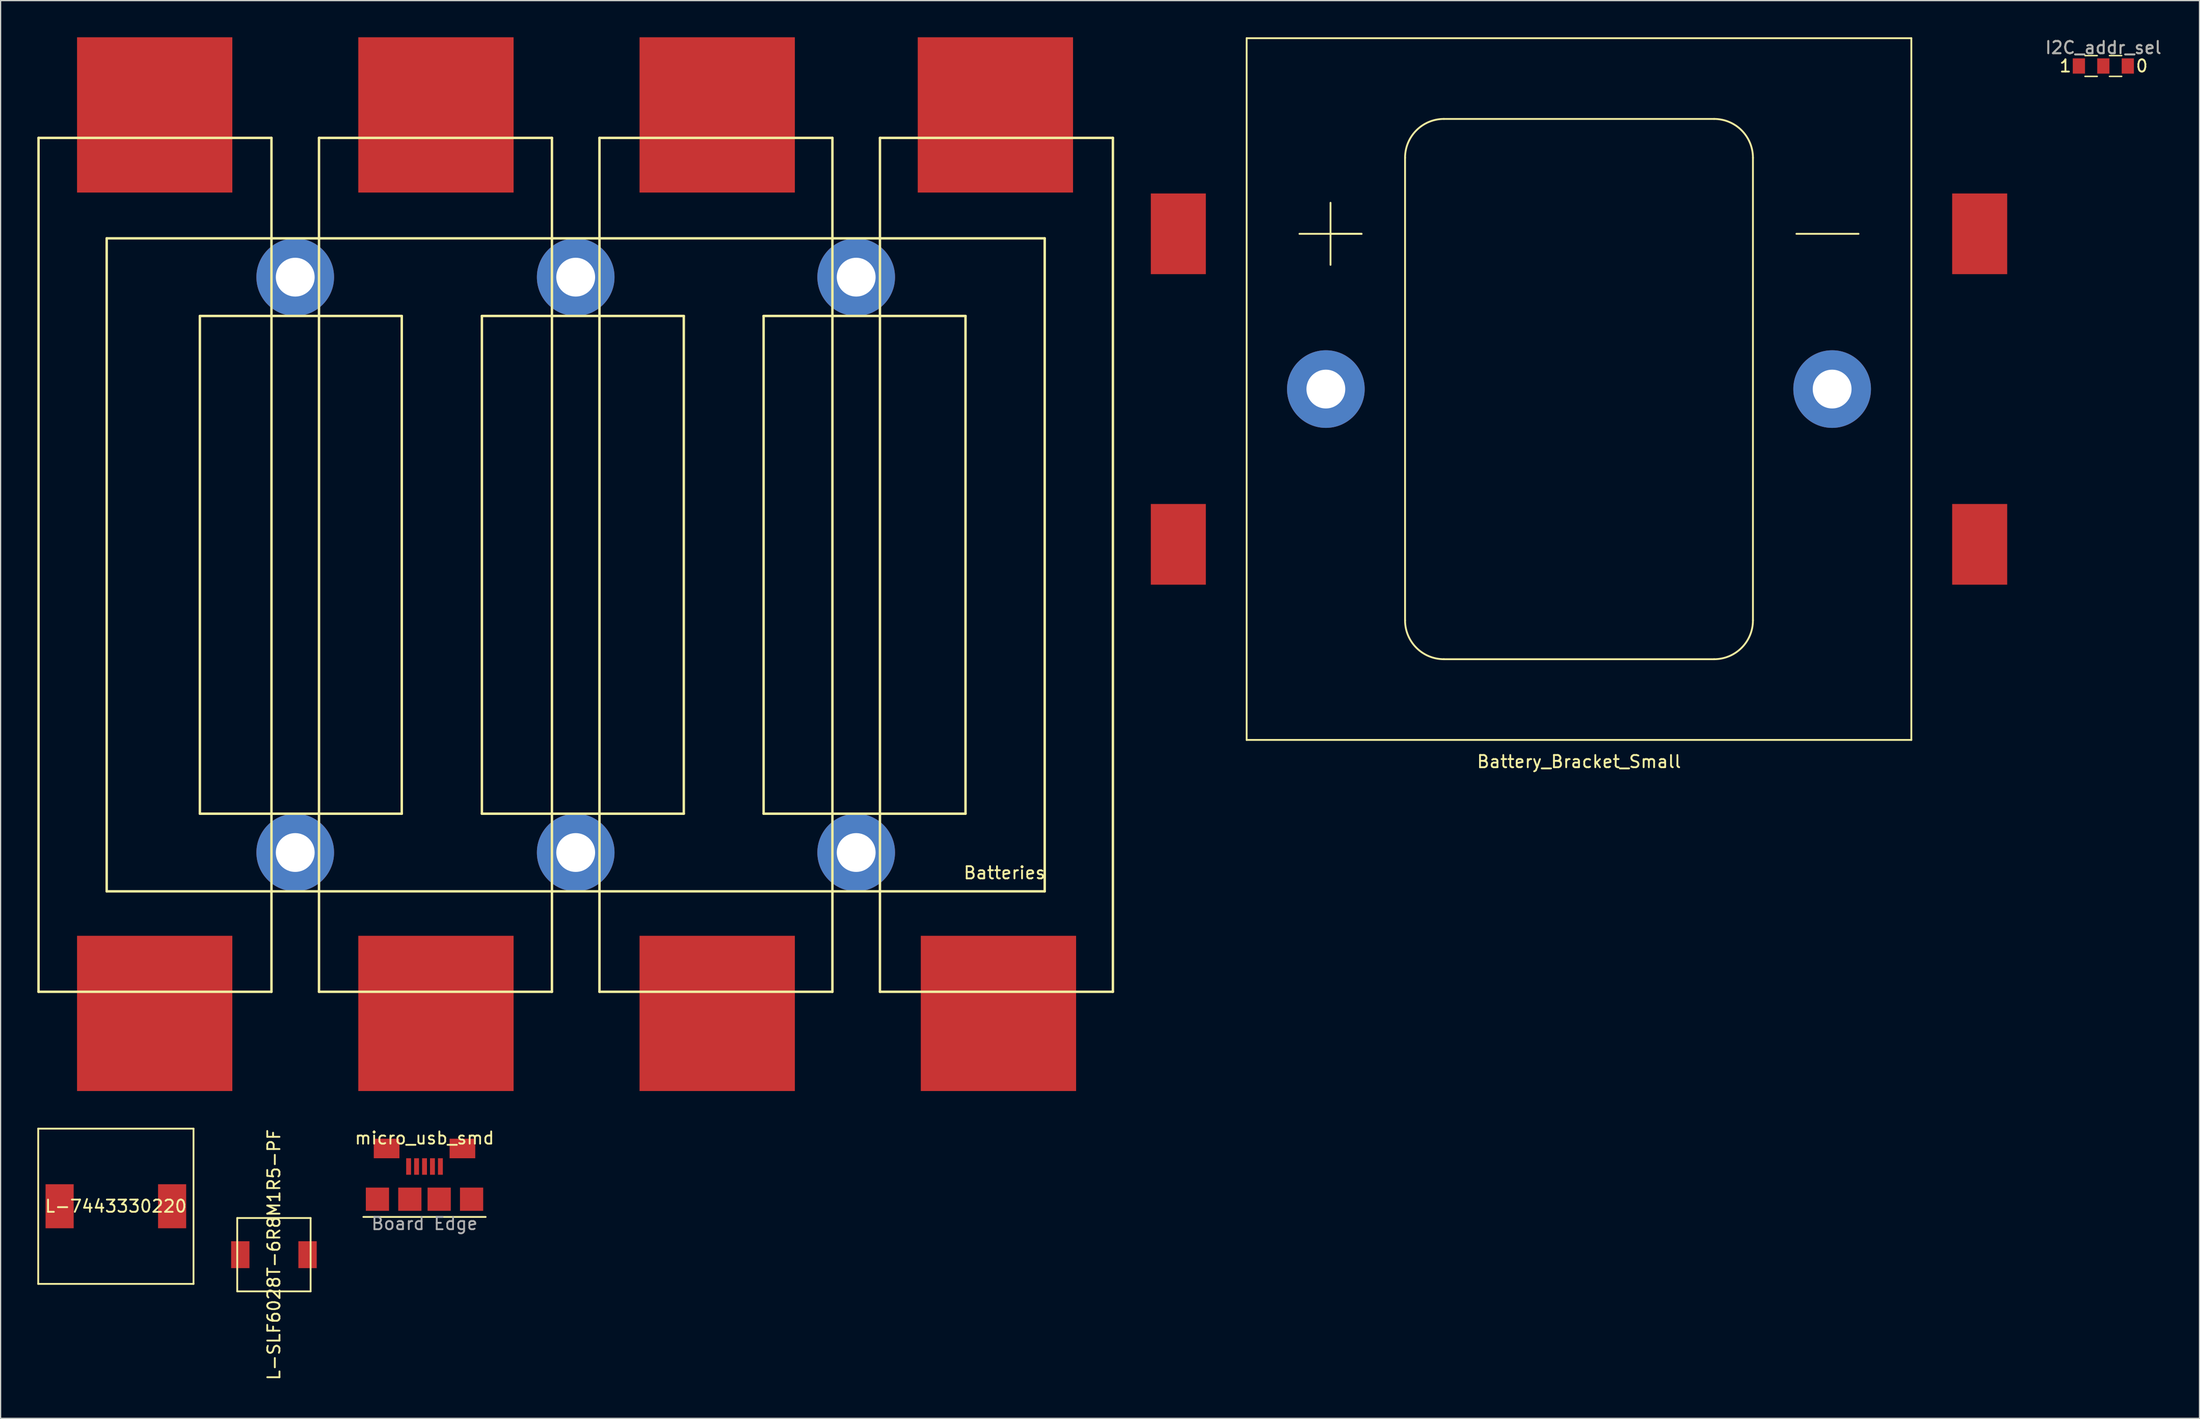
<source format=kicad_pcb>
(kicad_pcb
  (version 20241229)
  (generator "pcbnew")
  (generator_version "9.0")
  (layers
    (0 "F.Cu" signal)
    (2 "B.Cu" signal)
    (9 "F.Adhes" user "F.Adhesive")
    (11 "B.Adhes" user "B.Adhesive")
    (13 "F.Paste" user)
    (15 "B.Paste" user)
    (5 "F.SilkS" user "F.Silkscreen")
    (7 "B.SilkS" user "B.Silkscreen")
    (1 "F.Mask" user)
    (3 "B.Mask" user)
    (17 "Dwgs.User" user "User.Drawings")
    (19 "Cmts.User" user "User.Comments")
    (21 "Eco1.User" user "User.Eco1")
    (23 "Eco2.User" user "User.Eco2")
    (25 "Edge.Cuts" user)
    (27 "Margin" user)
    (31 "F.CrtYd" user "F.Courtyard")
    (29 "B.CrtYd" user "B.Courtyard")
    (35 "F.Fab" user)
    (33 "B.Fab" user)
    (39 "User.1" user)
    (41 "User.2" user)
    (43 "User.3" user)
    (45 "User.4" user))
  (footprint "I2C_addr_sel"
    (layer "F.Cu")
    (at 168.954 2.348)
    (property "Reference" "I2C_addr_sel" (at 0 -1.5 0) (layer "F.SilkS") (effects (font (size 1 1) (thickness 0.15))))
    (attr smd)
    (fp_line (start -1.5 0.85) (end -0.5 0.85) (stroke (width 0.12) (type solid)) (layer "F.SilkS"))
    (fp_line (start -0.5 -0.85) (end -1.5 -0.85) (stroke (width 0.12) (type solid)) (layer "F.SilkS"))
    (fp_line (start 1.5 -0.85) (end 0.5 -0.85) (stroke (width 0.12) (type solid)) (layer "F.SilkS"))
    (fp_line (start 1.5 0.85) (end 0.5 0.85) (stroke (width 0.12) (type solid)) (layer "F.SilkS"))
    (fp_text user "0" (at 3.15 0 0) (layer "F.SilkS") (effects (font (size 1 1) (thickness 0.15))))
    (fp_text user "1" (at -3.1 0 0) (layer "F.SilkS") (effects (font (size 1 1) (thickness 0.15))))
    (fp_text user "${REFERENCE}" (at 0 -1.5 0) (layer "F.Fab") (effects (font (size 1 1) (thickness 0.15))))
    (pad "1" smd rect (at -2 0) (size 1 1.25) (layers "F.Cu" "F.Mask" "F.Paste"))
    (pad "2" smd rect (at 0 0) (size 1 1.25) (layers "F.Cu" "F.Mask" "F.Paste"))
    (pad "3" smd rect (at 2 0) (size 1 1.25) (layers "F.Cu" "F.Mask" "F.Paste")))
  (footprint "micro_usb_smd"
    (layer "F.Cu")
    (at 31.665 95.048)
    (property "Reference" "micro_usb_smd" (at 0 -5 0) (layer "F.SilkS") (effects (font (size 1 1) (thickness 0.15))))
    (attr through_hole)
    (fp_line (start -5 1.45) (end 5 1.45) (stroke (width 0.15) (type solid)) (layer "F.SilkS"))
    (fp_text user "Board Edge" (at 0 2 0) (layer "F.Fab") (effects (font (size 1 1) (thickness 0.15))))
    (pad "1" smd rect (at -1.3 -2.675) (size 0.4 1.35) (layers "F.Cu" "F.Mask" "F.Paste"))
    (pad "2" smd rect (at -0.65 -2.675) (size 0.4 1.35) (layers "F.Cu" "F.Mask" "F.Paste"))
    (pad "3" smd rect (at 0 -2.675) (size 0.4 1.35) (layers "F.Cu" "F.Mask" "F.Paste"))
    (pad "4" smd rect (at 0.65 -2.675) (size 0.4 1.35) (layers "F.Cu" "F.Mask" "F.Paste"))
    (pad "5" smd rect (at 1.3 -2.675) (size 0.4 1.35) (layers "F.Cu" "F.Mask" "F.Paste"))
    (pad "6" smd rect (at -3.85 0) (size 1.9 1.9) (layers "F.Cu" "F.Mask" "F.Paste"))
    (pad "6" smd rect (at -3.1 -4.15) (size 2.1 1.6) (layers "F.Cu" "F.Mask" "F.Paste"))
    (pad "6" smd rect (at -1.2 0) (size 1.9 1.9) (layers "F.Cu" "F.Mask" "F.Paste"))
    (pad "6" smd rect (at 1.2 0) (size 1.9 1.9) (layers "F.Cu" "F.Mask" "F.Paste"))
    (pad "6" smd rect (at 3.1 -4.15) (size 2.1 1.6) (layers "F.Cu" "F.Mask" "F.Paste"))
    (pad "6" smd rect (at 3.85 0) (size 1.9 1.9) (layers "F.Cu" "F.Mask" "F.Paste")))
  (footprint "Battery_Bracket_Small"
    (layer "F.Cu")
    (at 126.075 28.777)
    (property "Reference" "Battery_Bracket_Small" (at 0 30.48 0) (layer "F.SilkS") (effects (font (size 1 1) (thickness 0.15))))
    (attr through_hole)
    (fp_line (start -27.178 -28.702) (end 27.178 -28.702) (stroke (width 0.15) (type solid)) (layer "F.SilkS"))
    (fp_line (start -27.178 28.702) (end -27.178 -28.702) (stroke (width 0.15) (type solid)) (layer "F.SilkS"))
    (fp_line (start -22.86 -12.7) (end -17.78 -12.7) (stroke (width 0.15) (type solid)) (layer "F.SilkS"))
    (fp_line (start -20.32 -15.24) (end -20.32 -10.16) (stroke (width 0.15) (type solid)) (layer "F.SilkS"))
    (fp_line (start -17.78 -12.7) (end -20.32 -12.7) (stroke (width 0.15) (type solid)) (layer "F.SilkS"))
    (fp_line (start -14.224 18.923) (end -14.224 -18.923) (stroke (width 0.15) (type solid)) (layer "F.SilkS"))
    (fp_line (start -11.049 -22.098) (end 11.049 -22.098) (stroke (width 0.15) (type solid)) (layer "F.SilkS"))
    (fp_line (start 11.049 22.098) (end -11.049 22.098) (stroke (width 0.15) (type solid)) (layer "F.SilkS"))
    (fp_line (start 14.224 -18.923) (end 14.224 18.923) (stroke (width 0.15) (type solid)) (layer "F.SilkS"))
    (fp_line (start 17.78 -12.7) (end 22.86 -12.7) (stroke (width 0.15) (type solid)) (layer "F.SilkS"))
    (fp_line (start 27.178 -28.702) (end 27.178 28.702) (stroke (width 0.15) (type solid)) (layer "F.SilkS"))
    (fp_line (start 27.178 28.702) (end -27.178 28.702) (stroke (width 0.15) (type solid)) (layer "F.SilkS"))
    (fp_arc (start -14.224 -18.923) (mid -13.294064 -21.168064) (end -11.049 -22.098) (stroke (width 0.15) (type solid)) (layer "F.SilkS"))
    (fp_arc (start -11.049 22.098) (mid -13.294064 21.168064) (end -14.224 18.923) (stroke (width 0.15) (type solid)) (layer "F.SilkS"))
    (fp_arc (start 11.049 -22.098) (mid 13.294064 -21.168064) (end 14.224 -18.923) (stroke (width 0.15) (type solid)) (layer "F.SilkS"))
    (fp_arc (start 14.224 18.923) (mid 13.294064 21.168064) (end 11.049 22.098) (stroke (width 0.15) (type solid)) (layer "F.SilkS"))
    (pad "" np_thru_hole circle (at -20.701 0) (size 6.35 6.35) (drill 3.175) (layers "*.Cu" "*.Mask"))
    (pad "" np_thru_hole circle (at 20.701 0) (size 6.35 6.35) (drill 3.175) (layers "*.Cu" "*.Mask"))
    (pad "1" smd rect (at -32.766 -12.7) (size 4.5 6.6) (layers "F.Cu" "F.Mask" "F.Paste"))
    (pad "1" smd rect (at -32.766 12.7) (size 4.5 6.6) (layers "F.Cu" "F.Mask" "F.Paste"))
    (pad "2" smd rect (at 32.766 -12.7) (size 4.5 6.6) (layers "F.Cu" "F.Mask" "F.Paste"))
    (pad "2" smd rect (at 32.766 12.7) (size 4.5 6.6) (layers "F.Cu" "F.Mask" "F.Paste")))
  (footprint "L-SLF6028T-6R8M1R5-PF"
    (layer "F.Cu")
    (at 19.35 99.587)
    (property "Reference" "L-SLF6028T-6R8M1R5-PF" (at 0 0 90) (layer "F.SilkS") (effects (font (size 1 1) (thickness 0.15))))
    (attr through_hole)
    (fp_line (start -3 -3) (end 3 -3) (stroke (width 0.15) (type solid)) (layer "F.SilkS"))
    (fp_line (start -3 3) (end -3 -3) (stroke (width 0.15) (type solid)) (layer "F.SilkS"))
    (fp_line (start 3 -3) (end 3 3) (stroke (width 0.15) (type solid)) (layer "F.SilkS"))
    (fp_line (start 3 3) (end -3 3) (stroke (width 0.15) (type solid)) (layer "F.SilkS"))
    (pad "1" smd rect (at -2.75 0) (size 1.5 2.2) (layers "F.Cu" "F.Mask" "F.Paste"))
    (pad "2" smd rect (at 2.75 0) (size 1.5 2.2) (layers "F.Cu" "F.Mask" "F.Paste")))
  (footprint "Batteries"
    (layer "F.Cu")
    (at 44.1 43.35)
    (property "Reference" "Batteries" (at 35 25 0) (layer "F.SilkS") (effects (font (size 1 1) (thickness 0.15))))
    (attr through_hole)
    (fp_line (start -44 -35.12) (end -44 34.73) (stroke (width 0.2) (type solid)) (layer "F.SilkS"))
    (fp_line (start -44 -35.12) (end -24.95 -35.12) (stroke (width 0.2) (type solid)) (layer "F.SilkS"))
    (fp_line (start -44 34.73) (end -24.95 34.73) (stroke (width 0.2) (type solid)) (layer "F.SilkS"))
    (fp_line (start -38.425 -26.903) (end 38.283 -26.903) (stroke (width 0.2) (type solid)) (layer "F.SilkS"))
    (fp_line (start -38.425 26.513) (end -38.425 -26.903) (stroke (width 0.2) (type solid)) (layer "F.SilkS"))
    (fp_line (start -38.425 26.513) (end 38.283 26.513) (stroke (width 0.2) (type solid)) (layer "F.SilkS"))
    (fp_line (start -30.805 -20.553) (end -30.805 20.163) (stroke (width 0.2) (type solid)) (layer "F.SilkS"))
    (fp_line (start -30.805 -20.553) (end -14.295 -20.553) (stroke (width 0.2) (type solid)) (layer "F.SilkS"))
    (fp_line (start -30.805 20.163) (end -14.295 20.163) (stroke (width 0.2) (type solid)) (layer "F.SilkS"))
    (fp_line (start -24.95 -35.12) (end -24.95 34.73) (stroke (width 0.2) (type solid)) (layer "F.SilkS"))
    (fp_line (start -21.064 -35.12) (end -21.064 34.73) (stroke (width 0.2) (type solid)) (layer "F.SilkS"))
    (fp_line (start -21.064 -35.12) (end -2.014 -35.12) (stroke (width 0.2) (type solid)) (layer "F.SilkS"))
    (fp_line (start -21.064 34.73) (end -2.014 34.73) (stroke (width 0.2) (type solid)) (layer "F.SilkS"))
    (fp_line (start -14.295 -20.553) (end -14.295 20.163) (stroke (width 0.2) (type solid)) (layer "F.SilkS"))
    (fp_line (start -7.742 -20.553) (end -7.742 20.163) (stroke (width 0.2) (type solid)) (layer "F.SilkS"))
    (fp_line (start -7.742 -20.553) (end 8.768 -20.553) (stroke (width 0.2) (type solid)) (layer "F.SilkS"))
    (fp_line (start -7.742 20.163) (end 8.768 20.163) (stroke (width 0.2) (type solid)) (layer "F.SilkS"))
    (fp_line (start -2.014 -35.12) (end -2.014 34.73) (stroke (width 0.2) (type solid)) (layer "F.SilkS"))
    (fp_line (start 1.872 -35.12) (end 1.872 34.73) (stroke (width 0.2) (type solid)) (layer "F.SilkS"))
    (fp_line (start 1.872 -35.12) (end 20.922 -35.12) (stroke (width 0.2) (type solid)) (layer "F.SilkS"))
    (fp_line (start 1.872 34.73) (end 20.922 34.73) (stroke (width 0.2) (type solid)) (layer "F.SilkS"))
    (fp_line (start 8.768 -20.553) (end 8.768 20.163) (stroke (width 0.2) (type solid)) (layer "F.SilkS"))
    (fp_line (start 15.296 -20.553) (end 15.296 20.163) (stroke (width 0.2) (type solid)) (layer "F.SilkS"))
    (fp_line (start 15.296 -20.553) (end 31.806 -20.553) (stroke (width 0.2) (type solid)) (layer "F.SilkS"))
    (fp_line (start 15.296 20.163) (end 31.806 20.163) (stroke (width 0.2) (type solid)) (layer "F.SilkS"))
    (fp_line (start 20.922 -35.12) (end 20.922 34.73) (stroke (width 0.2) (type solid)) (layer "F.SilkS"))
    (fp_line (start 24.809 -35.12) (end 24.809 34.73) (stroke (width 0.2) (type solid)) (layer "F.SilkS"))
    (fp_line (start 24.809 -35.12) (end 43.859 -35.12) (stroke (width 0.2) (type solid)) (layer "F.SilkS"))
    (fp_line (start 24.809 34.73) (end 43.859 34.73) (stroke (width 0.2) (type solid)) (layer "F.SilkS"))
    (fp_line (start 31.806 -20.553) (end 31.806 20.163) (stroke (width 0.2) (type solid)) (layer "F.SilkS"))
    (fp_line (start 38.283 26.513) (end 38.283 -26.903) (stroke (width 0.2) (type solid)) (layer "F.SilkS"))
    (fp_line (start 43.859 -35.12) (end 43.859 34.73) (stroke (width 0.2) (type solid)) (layer "F.SilkS"))
    (pad "" np_thru_hole circle (at -23.007 -23.728) (size 6.35 6.35) (drill 3.175) (layers "*.Cu" "*.Mask"))
    (pad "" np_thru_hole circle (at -23.007 23.338) (size 6.35 6.35) (drill 3.175) (layers "*.Cu" "*.Mask"))
    (pad "" np_thru_hole circle (at -0.071 -23.728) (size 6.35 6.35) (drill 3.175) (layers "*.Cu" "*.Mask"))
    (pad "" np_thru_hole circle (at -0.071 23.338) (size 6.35 6.35) (drill 3.175) (layers "*.Cu" "*.Mask"))
    (pad "" np_thru_hole circle (at 22.866 -23.728) (size 6.35 6.35) (drill 3.175) (layers "*.Cu" "*.Mask"))
    (pad "" np_thru_hole circle (at 22.866 23.338) (size 6.35 6.35) (drill 3.175) (layers "*.Cu" "*.Mask"))
    (pad "1" smd rect (at -34.5 -37) (size 12.7 12.7) (layers "F.Cu" "F.Mask" "F.Paste"))
    (pad "2" smd rect (at -34.5 36.5) (size 12.7 12.7) (layers "F.Cu" "F.Mask" "F.Paste"))
    (pad "3" smd rect (at -11.5 -37) (size 12.7 12.7) (layers "F.Cu" "F.Mask" "F.Paste"))
    (pad "4" smd rect (at -11.5 36.5) (size 12.7 12.7) (layers "F.Cu" "F.Mask" "F.Paste"))
    (pad "5" smd rect (at 11.5 -37) (size 12.7 12.7) (layers "F.Cu" "F.Mask" "F.Paste"))
    (pad "6" smd rect (at 11.5 36.5) (size 12.7 12.7) (layers "F.Cu" "F.Mask" "F.Paste"))
    (pad "7" smd rect (at 34.25 -37) (size 12.7 12.7) (layers "F.Cu" "F.Mask" "F.Paste"))
    (pad "8" smd rect (at 34.5 36.5) (size 12.7 12.7) (layers "F.Cu" "F.Mask" "F.Paste")))
  (footprint "L-7443330220"
    (layer "F.Cu")
    (at 6.425 95.625)
    (property "Reference" "L-7443330220" (at 0 0 0) (layer "F.SilkS") (effects (font (size 1 1) (thickness 0.15))))
    (attr through_hole)
    (fp_line (start -6.35 -6.35) (end 6.35 -6.35) (stroke (width 0.15) (type solid)) (layer "F.SilkS"))
    (fp_line (start -6.35 6.35) (end -6.35 -6.35) (stroke (width 0.15) (type solid)) (layer "F.SilkS"))
    (fp_line (start 6.35 -6.35) (end 6.35 6.35) (stroke (width 0.15) (type solid)) (layer "F.SilkS"))
    (fp_line (start 6.35 6.35) (end -6.35 6.35) (stroke (width 0.15) (type solid)) (layer "F.SilkS"))
    (pad "1" smd rect (at -4.6 0) (size 2.3 3.6) (layers "F.Cu" "F.Mask" "F.Paste"))
    (pad "2" smd rect (at 4.6 0) (size 2.3 3.6) (layers "F.Cu" "F.Mask" "F.Paste")))
  (gr_rect
    (start -3 -3)
    (end 176.817 112.974)
    (stroke (width 0.1) (type default))
    (fill no)
    (layer "Edge.Cuts")))
</source>
